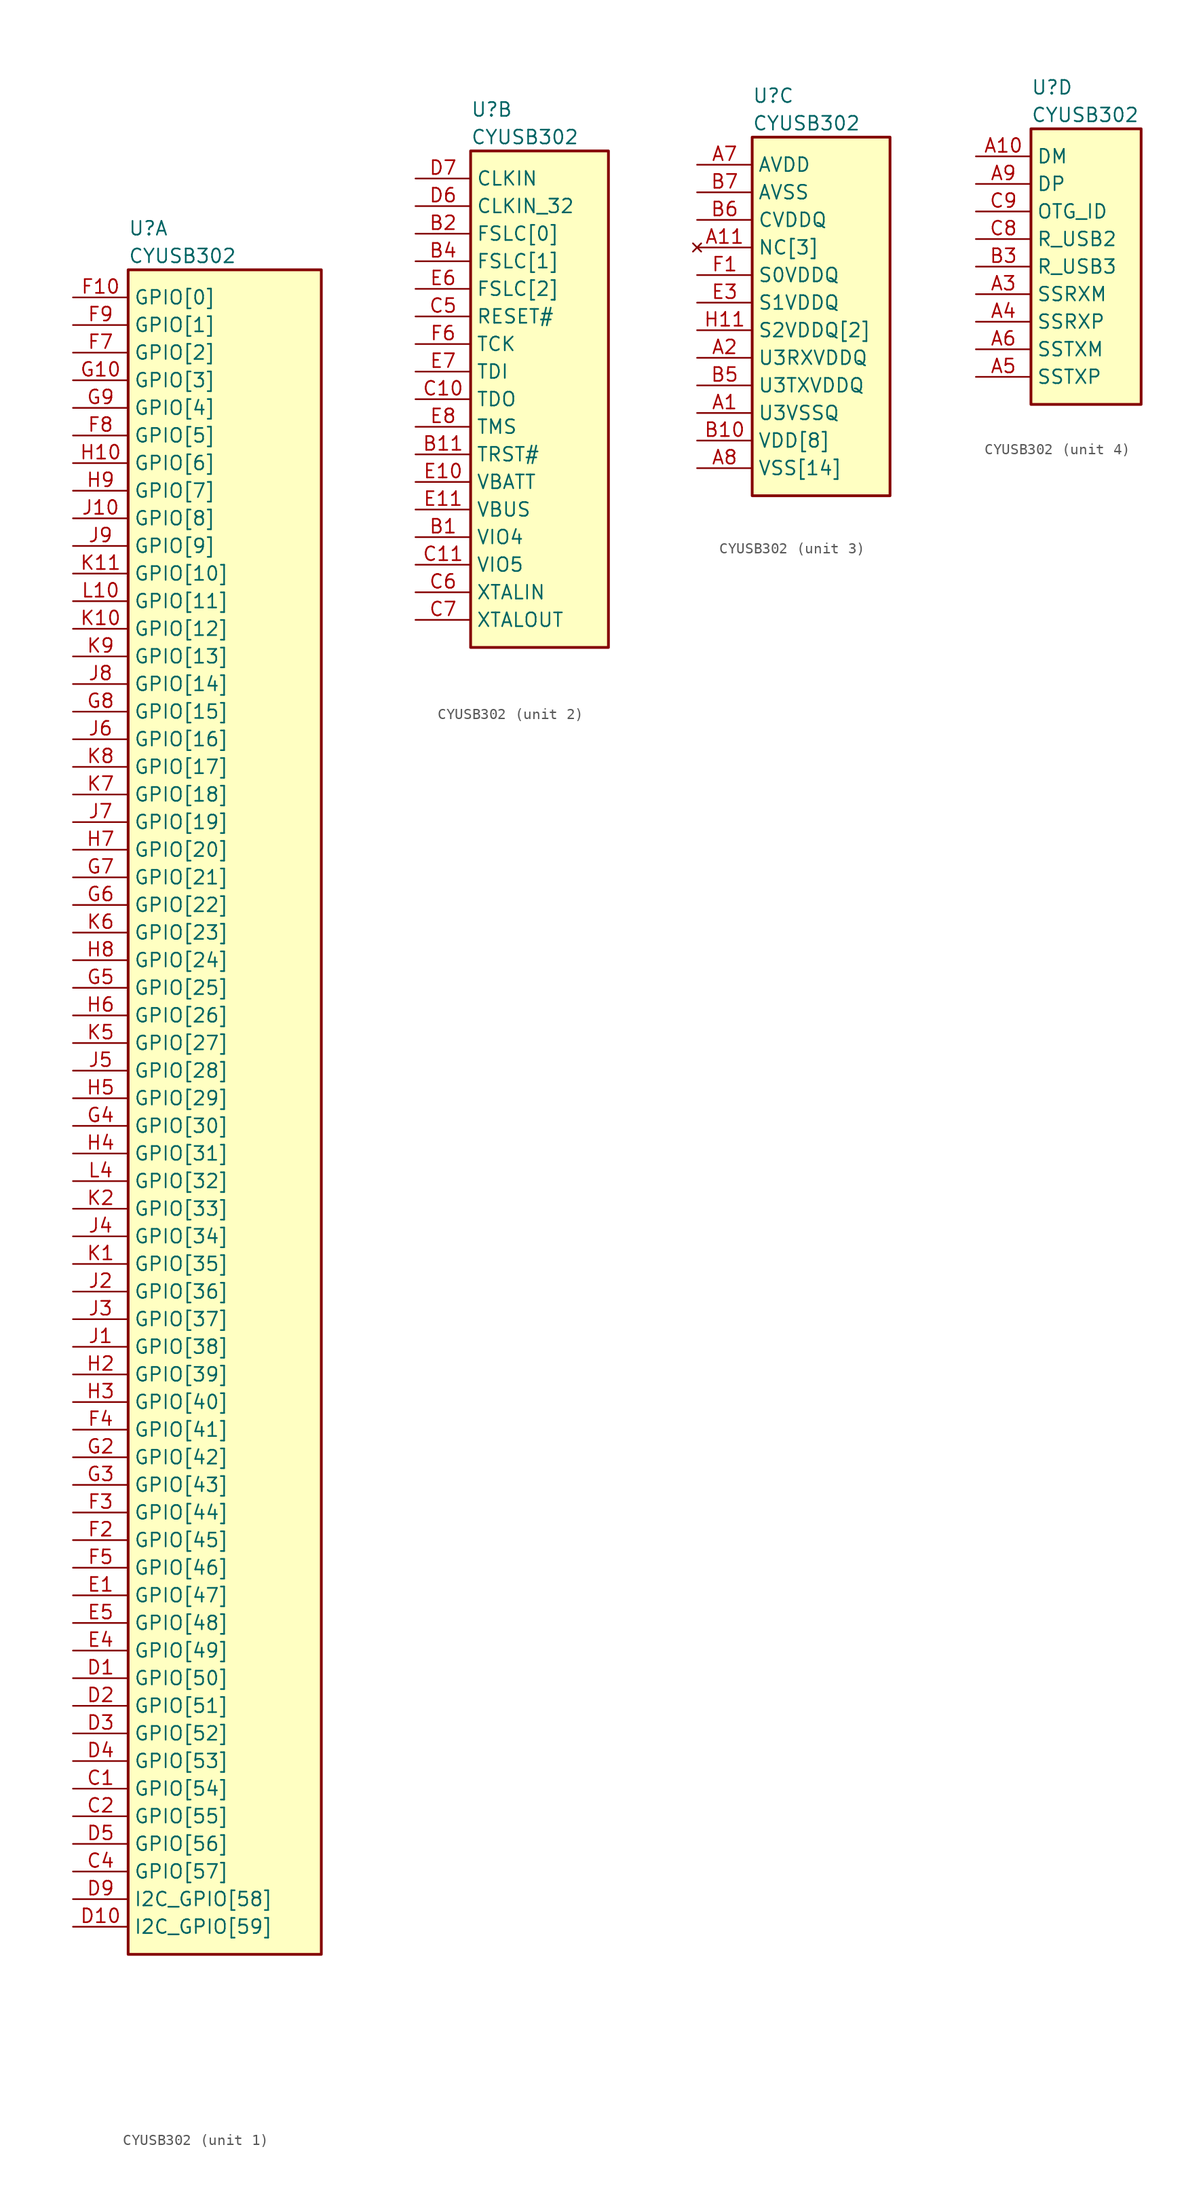
<source format=kicad_sym>
(kicad_symbol_lib
  (version 20211014)
  (generator kicad_symbol_editor)
  (symbol "﻿CYUSB302"
    (property "Reference" "U"
      (at 5.08 6.35 0)
      (effects (font (size 1.27 1.27)) (justify left)))
    (property "Value" "﻿CYUSB302"
      (at 5.08 3.81 0)
      (effects (font (size 1.27 1.27)) (justify left)))
    (property "ki_locked" ""
      (at 0 0 0)
      (effects (font (size 1.27 1.27))))
    (symbol "﻿CYUSB302_1_1"
      (rectangle (start 5.08 2.54) (end 22.86 -152.4) (stroke (width 0.254) (type default) (color 0 0 0 0)) (fill (type background)))
      (pin bidirectional line (at 0 -137.16 0) (length 5.08) (name "GPIO[54]" (effects (font (size 1.27 1.27)))) (number "C1" (effects (font (size 1.27 1.27)))))
      (pin bidirectional line (at 0 -139.7 0) (length 5.08) (name "GPIO[55]" (effects (font (size 1.27 1.27)))) (number "C2" (effects (font (size 1.27 1.27)))))
      (pin bidirectional line (at 0 -144.78 0) (length 5.08) (name "GPIO[57]" (effects (font (size 1.27 1.27)))) (number "C4" (effects (font (size 1.27 1.27)))))
      (pin bidirectional line (at 0 -127 0) (length 5.08) (name "GPIO[50]" (effects (font (size 1.27 1.27)))) (number "D1" (effects (font (size 1.27 1.27)))))
      (pin bidirectional line (at 0 -149.86 0) (length 5.08) (name "I2C_GPIO[59]" (effects (font (size 1.27 1.27)))) (number "D10" (effects (font (size 1.27 1.27)))))
      (pin bidirectional line (at 0 -129.54 0) (length 5.08) (name "GPIO[51]" (effects (font (size 1.27 1.27)))) (number "D2" (effects (font (size 1.27 1.27)))))
      (pin bidirectional line (at 0 -132.08 0) (length 5.08) (name "GPIO[52]" (effects (font (size 1.27 1.27)))) (number "D3" (effects (font (size 1.27 1.27)))))
      (pin bidirectional line (at 0 -134.62 0) (length 5.08) (name "GPIO[53]" (effects (font (size 1.27 1.27)))) (number "D4" (effects (font (size 1.27 1.27)))))
      (pin bidirectional line (at 0 -142.24 0) (length 5.08) (name "GPIO[56]" (effects (font (size 1.27 1.27)))) (number "D5" (effects (font (size 1.27 1.27)))))
      (pin bidirectional line (at 0 -147.32 0) (length 5.08) (name "I2C_GPIO[58]" (effects (font (size 1.27 1.27)))) (number "D9" (effects (font (size 1.27 1.27)))))
      (pin bidirectional line (at 0 -119.38 0) (length 5.08) (name "GPIO[47]" (effects (font (size 1.27 1.27)))) (number "E1" (effects (font (size 1.27 1.27)))))
      (pin bidirectional line (at 0 -124.46 0) (length 5.08) (name "GPIO[49]" (effects (font (size 1.27 1.27)))) (number "E4" (effects (font (size 1.27 1.27)))))
      (pin bidirectional line (at 0 -121.92 0) (length 5.08) (name "GPIO[48]" (effects (font (size 1.27 1.27)))) (number "E5" (effects (font (size 1.27 1.27)))))
      (pin bidirectional line (at 0 0 0) (length 5.08) (name "GPIO[0]" (effects (font (size 1.27 1.27)))) (number "F10" (effects (font (size 1.27 1.27)))))
      (pin bidirectional line (at 0 -114.3 0) (length 5.08) (name "GPIO[45]" (effects (font (size 1.27 1.27)))) (number "F2" (effects (font (size 1.27 1.27)))))
      (pin bidirectional line (at 0 -111.76 0) (length 5.08) (name "GPIO[44]" (effects (font (size 1.27 1.27)))) (number "F3" (effects (font (size 1.27 1.27)))))
      (pin bidirectional line (at 0 -104.14 0) (length 5.08) (name "GPIO[41]" (effects (font (size 1.27 1.27)))) (number "F4" (effects (font (size 1.27 1.27)))))
      (pin bidirectional line (at 0 -116.84 0) (length 5.08) (name "GPIO[46]" (effects (font (size 1.27 1.27)))) (number "F5" (effects (font (size 1.27 1.27)))))
      (pin bidirectional line (at 0 -5.08 0) (length 5.08) (name "GPIO[2]" (effects (font (size 1.27 1.27)))) (number "F7" (effects (font (size 1.27 1.27)))))
      (pin bidirectional line (at 0 -12.7 0) (length 5.08) (name "GPIO[5]" (effects (font (size 1.27 1.27)))) (number "F8" (effects (font (size 1.27 1.27)))))
      (pin bidirectional line (at 0 -2.54 0) (length 5.08) (name "GPIO[1]" (effects (font (size 1.27 1.27)))) (number "F9" (effects (font (size 1.27 1.27)))))
      (pin bidirectional line (at 0 -7.62 0) (length 5.08) (name "GPIO[3]" (effects (font (size 1.27 1.27)))) (number "G10" (effects (font (size 1.27 1.27)))))
      (pin bidirectional line (at 0 -106.68 0) (length 5.08) (name "GPIO[42]" (effects (font (size 1.27 1.27)))) (number "G2" (effects (font (size 1.27 1.27)))))
      (pin bidirectional line (at 0 -109.22 0) (length 5.08) (name "GPIO[43]" (effects (font (size 1.27 1.27)))) (number "G3" (effects (font (size 1.27 1.27)))))
      (pin bidirectional line (at 0 -76.2 0) (length 5.08) (name "GPIO[30]" (effects (font (size 1.27 1.27)))) (number "G4" (effects (font (size 1.27 1.27)))))
      (pin bidirectional line (at 0 -63.5 0) (length 5.08) (name "GPIO[25]" (effects (font (size 1.27 1.27)))) (number "G5" (effects (font (size 1.27 1.27)))))
      (pin bidirectional line (at 0 -55.88 0) (length 5.08) (name "GPIO[22]" (effects (font (size 1.27 1.27)))) (number "G6" (effects (font (size 1.27 1.27)))))
      (pin bidirectional line (at 0 -53.34 0) (length 5.08) (name "GPIO[21]" (effects (font (size 1.27 1.27)))) (number "G7" (effects (font (size 1.27 1.27)))))
      (pin bidirectional line (at 0 -38.1 0) (length 5.08) (name "GPIO[15]" (effects (font (size 1.27 1.27)))) (number "G8" (effects (font (size 1.27 1.27)))))
      (pin bidirectional line (at 0 -10.16 0) (length 5.08) (name "GPIO[4]" (effects (font (size 1.27 1.27)))) (number "G9" (effects (font (size 1.27 1.27)))))
      (pin bidirectional line (at 0 -15.24 0) (length 5.08) (name "GPIO[6]" (effects (font (size 1.27 1.27)))) (number "H10" (effects (font (size 1.27 1.27)))))
      (pin bidirectional line (at 0 -99.06 0) (length 5.08) (name "GPIO[39]" (effects (font (size 1.27 1.27)))) (number "H2" (effects (font (size 1.27 1.27)))))
      (pin bidirectional line (at 0 -101.6 0) (length 5.08) (name "GPIO[40]" (effects (font (size 1.27 1.27)))) (number "H3" (effects (font (size 1.27 1.27)))))
      (pin bidirectional line (at 0 -78.74 0) (length 5.08) (name "GPIO[31]" (effects (font (size 1.27 1.27)))) (number "H4" (effects (font (size 1.27 1.27)))))
      (pin bidirectional line (at 0 -73.66 0) (length 5.08) (name "GPIO[29]" (effects (font (size 1.27 1.27)))) (number "H5" (effects (font (size 1.27 1.27)))))
      (pin bidirectional line (at 0 -66.04 0) (length 5.08) (name "GPIO[26]" (effects (font (size 1.27 1.27)))) (number "H6" (effects (font (size 1.27 1.27)))))
      (pin bidirectional line (at 0 -50.8 0) (length 5.08) (name "GPIO[20]" (effects (font (size 1.27 1.27)))) (number "H7" (effects (font (size 1.27 1.27)))))
      (pin bidirectional line (at 0 -60.96 0) (length 5.08) (name "GPIO[24]" (effects (font (size 1.27 1.27)))) (number "H8" (effects (font (size 1.27 1.27)))))
      (pin bidirectional line (at 0 -17.78 0) (length 5.08) (name "GPIO[7]" (effects (font (size 1.27 1.27)))) (number "H9" (effects (font (size 1.27 1.27)))))
      (pin bidirectional line (at 0 -96.52 0) (length 5.08) (name "GPIO[38]" (effects (font (size 1.27 1.27)))) (number "J1" (effects (font (size 1.27 1.27)))))
      (pin bidirectional line (at 0 -20.32 0) (length 5.08) (name "GPIO[8]" (effects (font (size 1.27 1.27)))) (number "J10" (effects (font (size 1.27 1.27)))))
      (pin bidirectional line (at 0 -91.44 0) (length 5.08) (name "GPIO[36]" (effects (font (size 1.27 1.27)))) (number "J2" (effects (font (size 1.27 1.27)))))
      (pin bidirectional line (at 0 -93.98 0) (length 5.08) (name "GPIO[37]" (effects (font (size 1.27 1.27)))) (number "J3" (effects (font (size 1.27 1.27)))))
      (pin bidirectional line (at 0 -86.36 0) (length 5.08) (name "GPIO[34]" (effects (font (size 1.27 1.27)))) (number "J4" (effects (font (size 1.27 1.27)))))
      (pin bidirectional line (at 0 -71.12 0) (length 5.08) (name "GPIO[28]" (effects (font (size 1.27 1.27)))) (number "J5" (effects (font (size 1.27 1.27)))))
      (pin bidirectional line (at 0 -40.64 0) (length 5.08) (name "GPIO[16]" (effects (font (size 1.27 1.27)))) (number "J6" (effects (font (size 1.27 1.27)))))
      (pin bidirectional line (at 0 -48.26 0) (length 5.08) (name "GPIO[19]" (effects (font (size 1.27 1.27)))) (number "J7" (effects (font (size 1.27 1.27)))))
      (pin bidirectional line (at 0 -35.56 0) (length 5.08) (name "GPIO[14]" (effects (font (size 1.27 1.27)))) (number "J8" (effects (font (size 1.27 1.27)))))
      (pin bidirectional line (at 0 -22.86 0) (length 5.08) (name "GPIO[9]" (effects (font (size 1.27 1.27)))) (number "J9" (effects (font (size 1.27 1.27)))))
      (pin bidirectional line (at 0 -88.9 0) (length 5.08) (name "GPIO[35]" (effects (font (size 1.27 1.27)))) (number "K1" (effects (font (size 1.27 1.27)))))
      (pin bidirectional line (at 0 -30.48 0) (length 5.08) (name "GPIO[12]" (effects (font (size 1.27 1.27)))) (number "K10" (effects (font (size 1.27 1.27)))))
      (pin bidirectional line (at 0 -25.4 0) (length 5.08) (name "GPIO[10]" (effects (font (size 1.27 1.27)))) (number "K11" (effects (font (size 1.27 1.27)))))
      (pin bidirectional line (at 0 -83.82 0) (length 5.08) (name "GPIO[33]" (effects (font (size 1.27 1.27)))) (number "K2" (effects (font (size 1.27 1.27)))))
      (pin bidirectional line (at 0 -68.58 0) (length 5.08) (name "GPIO[27]" (effects (font (size 1.27 1.27)))) (number "K5" (effects (font (size 1.27 1.27)))))
      (pin bidirectional line (at 0 -58.42 0) (length 5.08) (name "GPIO[23]" (effects (font (size 1.27 1.27)))) (number "K6" (effects (font (size 1.27 1.27)))))
      (pin bidirectional line (at 0 -45.72 0) (length 5.08) (name "GPIO[18]" (effects (font (size 1.27 1.27)))) (number "K7" (effects (font (size 1.27 1.27)))))
      (pin bidirectional line (at 0 -43.18 0) (length 5.08) (name "GPIO[17]" (effects (font (size 1.27 1.27)))) (number "K8" (effects (font (size 1.27 1.27)))))
      (pin bidirectional line (at 0 -33.02 0) (length 5.08) (name "GPIO[13]" (effects (font (size 1.27 1.27)))) (number "K9" (effects (font (size 1.27 1.27)))))
      (pin bidirectional line (at 0 -27.94 0) (length 5.08) (name "GPIO[11]" (effects (font (size 1.27 1.27)))) (number "L10" (effects (font (size 1.27 1.27)))))
      (pin bidirectional line (at 0 -81.28 0) (length 5.08) (name "GPIO[32]" (effects (font (size 1.27 1.27)))) (number "L4" (effects (font (size 1.27 1.27))))))
    (symbol "﻿CYUSB302_2_1"
      (rectangle (start 5.08 2.54) (end 17.78 -43.18) (stroke (width 0.254) (type default) (color 0 0 0 0)) (fill (type background)))
      (pin bidirectional line (at 0 -33.02 0) (length 5.08) (name "VIO4" (effects (font (size 1.27 1.27)))) (number "B1" (effects (font (size 1.27 1.27)))))
      (pin bidirectional line (at 0 -25.4 0) (length 5.08) (name "TRST#" (effects (font (size 1.27 1.27)))) (number "B11" (effects (font (size 1.27 1.27)))))
      (pin bidirectional line (at 0 -5.08 0) (length 5.08) (name "FSLC[0]" (effects (font (size 1.27 1.27)))) (number "B2" (effects (font (size 1.27 1.27)))))
      (pin bidirectional line (at 0 -7.62 0) (length 5.08) (name "FSLC[1]" (effects (font (size 1.27 1.27)))) (number "B4" (effects (font (size 1.27 1.27)))))
      (pin bidirectional line (at 0 -20.32 0) (length 5.08) (name "TDO" (effects (font (size 1.27 1.27)))) (number "C10" (effects (font (size 1.27 1.27)))))
      (pin bidirectional line (at 0 -35.56 0) (length 5.08) (name "VIO5" (effects (font (size 1.27 1.27)))) (number "C11" (effects (font (size 1.27 1.27)))))
      (pin bidirectional line (at 0 -12.7 0) (length 5.08) (name "RESET#" (effects (font (size 1.27 1.27)))) (number "C5" (effects (font (size 1.27 1.27)))))
      (pin bidirectional line (at 0 -38.1 0) (length 5.08) (name "XTALIN" (effects (font (size 1.27 1.27)))) (number "C6" (effects (font (size 1.27 1.27)))))
      (pin bidirectional line (at 0 -40.64 0) (length 5.08) (name "XTALOUT" (effects (font (size 1.27 1.27)))) (number "C7" (effects (font (size 1.27 1.27)))))
      (pin bidirectional line (at 0 -2.54 0) (length 5.08) (name "CLKIN_32" (effects (font (size 1.27 1.27)))) (number "D6" (effects (font (size 1.27 1.27)))))
      (pin bidirectional line (at 0 0 0) (length 5.08) (name "CLKIN" (effects (font (size 1.27 1.27)))) (number "D7" (effects (font (size 1.27 1.27)))))
      (pin bidirectional line (at 0 -27.94 0) (length 5.08) (name "VBATT" (effects (font (size 1.27 1.27)))) (number "E10" (effects (font (size 1.27 1.27)))))
      (pin bidirectional line (at 0 -30.48 0) (length 5.08) (name "VBUS" (effects (font (size 1.27 1.27)))) (number "E11" (effects (font (size 1.27 1.27)))))
      (pin bidirectional line (at 0 -10.16 0) (length 5.08) (name "FSLC[2]" (effects (font (size 1.27 1.27)))) (number "E6" (effects (font (size 1.27 1.27)))))
      (pin bidirectional line (at 0 -17.78 0) (length 5.08) (name "TDI" (effects (font (size 1.27 1.27)))) (number "E7" (effects (font (size 1.27 1.27)))))
      (pin bidirectional line (at 0 -22.86 0) (length 5.08) (name "TMS" (effects (font (size 1.27 1.27)))) (number "E8" (effects (font (size 1.27 1.27)))))
      (pin bidirectional line (at 0 -15.24 0) (length 5.08) (name "TCK" (effects (font (size 1.27 1.27)))) (number "F6" (effects (font (size 1.27 1.27))))))
    (symbol "﻿CYUSB302_3_1"
      (rectangle (start 5.08 2.54) (end 17.78 -30.48) (stroke (width 0.254) (type default) (color 0 0 0 0)) (fill (type background)))
      (pin power_in line (at 0 -22.86 0) (length 5.08) (name "U3VSSQ" (effects (font (size 1.27 1.27)))) (number "A1" (effects (font (size 1.27 1.27)))))
      (pin no_connect line (at 0 -7.62 0) (length 5.08) (name "NC[3]" (effects (font (size 1.27 1.27)))) (number "A11" (effects (font (size 1.27 1.27)))))
      (pin power_in line (at 0 -17.78 0) (length 5.08) (name "U3RXVDDQ" (effects (font (size 1.27 1.27)))) (number "A2" (effects (font (size 1.27 1.27)))))
      (pin power_in line (at 0 0 0) (length 5.08) (name "AVDD" (effects (font (size 1.27 1.27)))) (number "A7" (effects (font (size 1.27 1.27)))))
      (pin power_in line (at 0 -27.94 0) (length 5.08) (name "VSS[14]" (effects (font (size 1.27 1.27)))) (number "A8" (effects (font (size 1.27 1.27)))))
      (pin power_in line (at 0 -25.4 0) (length 5.08) (name "VDD[8]" (effects (font (size 1.27 1.27)))) (number "B10" (effects (font (size 1.27 1.27)))))
      (pin power_in line (at 0 -20.32 0) (length 5.08) (name "U3TXVDDQ" (effects (font (size 1.27 1.27)))) (number "B5" (effects (font (size 1.27 1.27)))))
      (pin power_in line (at 0 -5.08 0) (length 5.08) (name "CVDDQ" (effects (font (size 1.27 1.27)))) (number "B6" (effects (font (size 1.27 1.27)))))
      (pin power_in line (at 0 -2.54 0) (length 5.08) (name "AVSS" (effects (font (size 1.27 1.27)))) (number "B7" (effects (font (size 1.27 1.27)))))
      (pin passive line (at 0 -27.94 0) (length 5.08) hide (name "VSS[14]" (effects (font (size 1.27 1.27)))) (number "B8" (effects (font (size 1.27 1.27)))))
      (pin passive line (at 0 -27.94 0) (length 5.08) hide (name "VSS[14]" (effects (font (size 1.27 1.27)))) (number "B9" (effects (font (size 1.27 1.27)))))
      (pin passive line (at 0 -25.4 0) (length 5.08) hide (name "VDD[8]" (effects (font (size 1.27 1.27)))) (number "C3" (effects (font (size 1.27 1.27)))))
      (pin no_connect line (at 0 -7.595 0) (length 5.08) hide (name "NC[3]" (effects (font (size 1.27 1.27)))) (number "D11" (effects (font (size 1.27 1.27)))))
      (pin passive line (at 0 -27.94 0) (length 5.08) hide (name "VSS[14]" (effects (font (size 1.27 1.27)))) (number "D8" (effects (font (size 1.27 1.27)))))
      (pin passive line (at 0 -27.94 0) (length 5.08) hide (name "VSS[14]" (effects (font (size 1.27 1.27)))) (number "E2" (effects (font (size 1.27 1.27)))))
      (pin power_in line (at 0 -12.7 0) (length 5.08) (name "S1VDDQ" (effects (font (size 1.27 1.27)))) (number "E3" (effects (font (size 1.27 1.27)))))
      (pin passive line (at 0 -25.4 0) (length 5.08) hide (name "VDD[8]" (effects (font (size 1.27 1.27)))) (number "E9" (effects (font (size 1.27 1.27)))))
      (pin power_in line (at 0 -10.16 0) (length 5.08) (name "S0VDDQ" (effects (font (size 1.27 1.27)))) (number "F1" (effects (font (size 1.27 1.27)))))
      (pin passive line (at 0 -25.4 0) (length 5.08) hide (name "VDD[8]" (effects (font (size 1.27 1.27)))) (number "F11" (effects (font (size 1.27 1.27)))))
      (pin passive line (at 0 -27.94 0) (length 5.08) hide (name "VSS[14]" (effects (font (size 1.27 1.27)))) (number "G1" (effects (font (size 1.27 1.27)))))
      (pin passive line (at 0 -27.94 0) (length 5.08) hide (name "VSS[14]" (effects (font (size 1.27 1.27)))) (number "G11" (effects (font (size 1.27 1.27)))))
      (pin passive line (at 0 -25.4 0) (length 5.08) hide (name "VDD[8]" (effects (font (size 1.27 1.27)))) (number "H1" (effects (font (size 1.27 1.27)))))
      (pin power_in line (at 0 -15.24 0) (length 5.08) (name "S2VDDQ[2]" (effects (font (size 1.27 1.27)))) (number "H11" (effects (font (size 1.27 1.27)))))
      (pin passive line (at 0 -25.4 0) (length 5.08) hide (name "VDD[8]" (effects (font (size 1.27 1.27)))) (number "J11" (effects (font (size 1.27 1.27)))))
      (pin passive line (at 0 -27.94 0) (length 5.08) hide (name "VSS[14]" (effects (font (size 1.27 1.27)))) (number "K3" (effects (font (size 1.27 1.27)))))
      (pin passive line (at 0 -27.94 0) (length 5.08) hide (name "VSS[14]" (effects (font (size 1.27 1.27)))) (number "K4" (effects (font (size 1.27 1.27)))))
      (pin passive line (at 0 -27.94 0) (length 5.08) hide (name "VSS[14]" (effects (font (size 1.27 1.27)))) (number "L1" (effects (font (size 1.27 1.27)))))
      (pin passive line (at 0 -27.94 0) (length 5.08) hide (name "VSS[14]" (effects (font (size 1.27 1.27)))) (number "L11" (effects (font (size 1.27 1.27)))))
      (pin passive line (at 0 -27.94 0) (length 5.08) hide (name "VSS[14]" (effects (font (size 1.27 1.27)))) (number "L2" (effects (font (size 1.27 1.27)))))
      (pin passive line (at 0 -27.94 0) (length 5.08) hide (name "VSS[14]" (effects (font (size 1.27 1.27)))) (number "L3" (effects (font (size 1.27 1.27)))))
      (pin passive line (at 0 -25.4 0) (length 5.08) hide (name "VDD[8]" (effects (font (size 1.27 1.27)))) (number "L5" (effects (font (size 1.27 1.27)))))
      (pin passive line (at 0 -27.94 0) (length 5.08) hide (name "VSS[14]" (effects (font (size 1.27 1.27)))) (number "L6" (effects (font (size 1.27 1.27)))))
      (pin passive line (at 0 -25.4 0) (length 5.08) hide (name "VDD[8]" (effects (font (size 1.27 1.27)))) (number "L7" (effects (font (size 1.27 1.27)))))
      (pin no_connect line (at 0.025 -7.595 0) (length 5.08) hide (name "NC[3]" (effects (font (size 1.27 1.27)))) (number "L8" (effects (font (size 1.27 1.27)))))
      (pin passive line (at 0 -15.24 0) (length 5.08) hide (name "S2VDDQ[2]" (effects (font (size 1.27 1.27)))) (number "L9" (effects (font (size 1.27 1.27))))))
    (symbol "﻿CYUSB302_4_1"
      (rectangle (start 5.08 2.54) (end 15.24 -22.86) (stroke (width 0.254) (type default) (color 0 0 0 0)) (fill (type background)))
      (pin bidirectional line (at 0 0 0) (length 5.08) (name "DM" (effects (font (size 1.27 1.27)))) (number "A10" (effects (font (size 1.27 1.27)))))
      (pin bidirectional line (at 0 -12.7 0) (length 5.08) (name "SSRXM" (effects (font (size 1.27 1.27)))) (number "A3" (effects (font (size 1.27 1.27)))))
      (pin bidirectional line (at 0 -15.24 0) (length 5.08) (name "SSRXP" (effects (font (size 1.27 1.27)))) (number "A4" (effects (font (size 1.27 1.27)))))
      (pin bidirectional line (at 0 -20.32 0) (length 5.08) (name "SSTXP" (effects (font (size 1.27 1.27)))) (number "A5" (effects (font (size 1.27 1.27)))))
      (pin bidirectional line (at 0 -17.78 0) (length 5.08) (name "SSTXM" (effects (font (size 1.27 1.27)))) (number "A6" (effects (font (size 1.27 1.27)))))
      (pin bidirectional line (at 0 -2.54 0) (length 5.08) (name "DP" (effects (font (size 1.27 1.27)))) (number "A9" (effects (font (size 1.27 1.27)))))
      (pin bidirectional line (at 0 -10.16 0) (length 5.08) (name "R_USB3" (effects (font (size 1.27 1.27)))) (number "B3" (effects (font (size 1.27 1.27)))))
      (pin bidirectional line (at 0 -7.62 0) (length 5.08) (name "R_USB2" (effects (font (size 1.27 1.27)))) (number "C8" (effects (font (size 1.27 1.27)))))
      (pin bidirectional line (at 0 -5.08 0) (length 5.08) (name "OTG_ID" (effects (font (size 1.27 1.27)))) (number "C9" (effects (font (size 1.27 1.27))))))))
</source>
